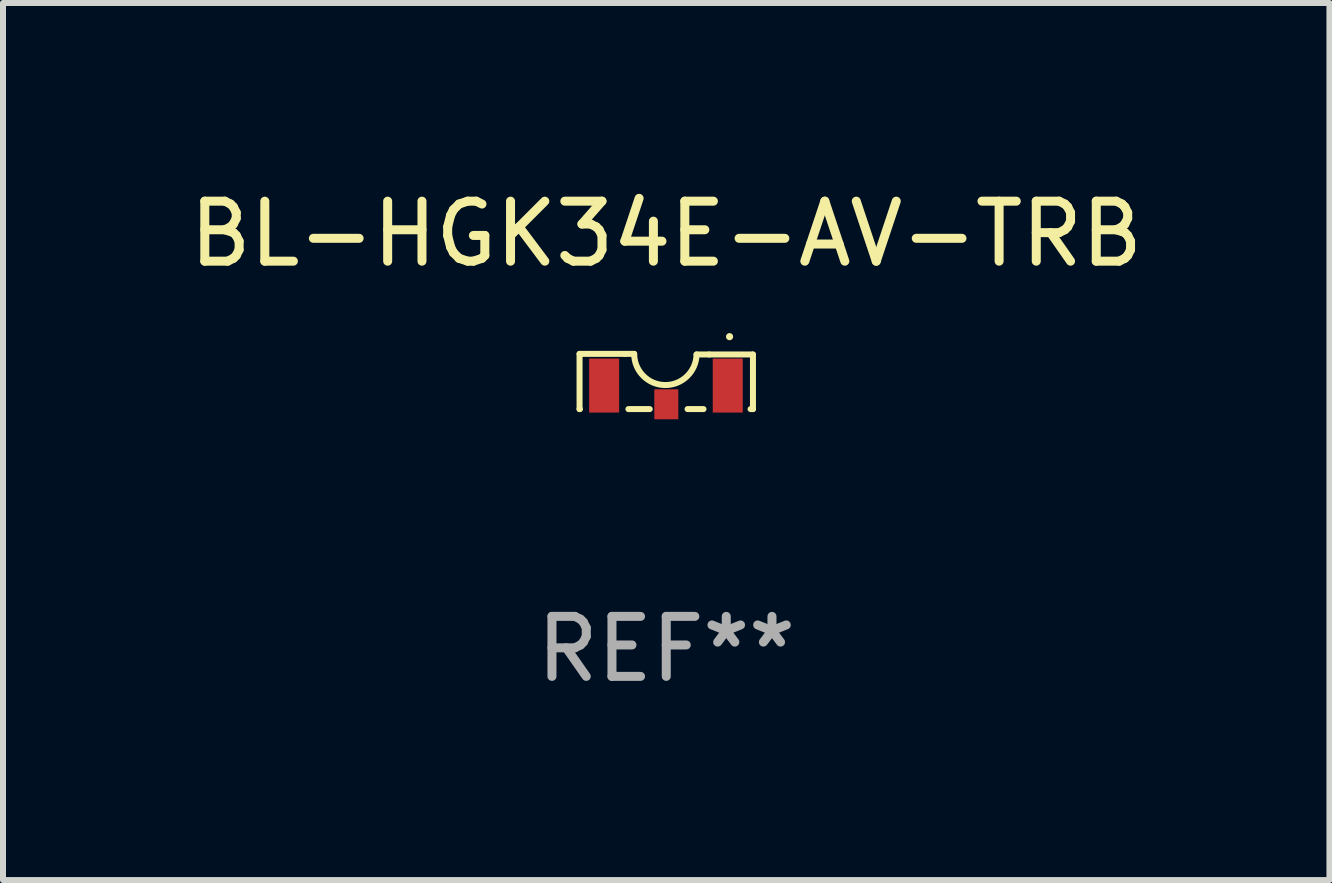
<source format=kicad_pcb>
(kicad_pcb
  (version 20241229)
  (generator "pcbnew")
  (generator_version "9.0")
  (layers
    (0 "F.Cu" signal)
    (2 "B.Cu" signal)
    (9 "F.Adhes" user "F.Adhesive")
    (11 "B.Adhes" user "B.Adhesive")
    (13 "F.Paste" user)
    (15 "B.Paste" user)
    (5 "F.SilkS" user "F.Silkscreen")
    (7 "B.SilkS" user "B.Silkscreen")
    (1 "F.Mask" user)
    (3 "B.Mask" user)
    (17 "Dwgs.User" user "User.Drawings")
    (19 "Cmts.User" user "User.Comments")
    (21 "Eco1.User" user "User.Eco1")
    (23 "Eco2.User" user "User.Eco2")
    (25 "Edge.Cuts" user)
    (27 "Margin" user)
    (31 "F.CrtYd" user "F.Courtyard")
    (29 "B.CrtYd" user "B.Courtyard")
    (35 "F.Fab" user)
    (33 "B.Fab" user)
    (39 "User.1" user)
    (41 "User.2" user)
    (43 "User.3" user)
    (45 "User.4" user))
  (footprint "BL-HGK34E-AV-TRB"
    (layer "F.Cu")
    (at 8.054 3.308)
    (property "Reference" "BL-HGK34E-AV-TRB" (at 0 -2.46 0) (layer "F.SilkS") (effects (font (size 1 1) (thickness 0.15))))
    (attr through_hole)
    (fp_line (start -1.445 -0.46) (end -0.685 -0.46) (stroke (width 0.1) (type solid)) (layer "F.SilkS"))
    (fp_line (start -1.445 0.46) (end -1.445 -0.46) (stroke (width 0.1) (type solid)) (layer "F.SilkS"))
    (fp_line (start -1.439 0.46) (end -1.445 0.46) (stroke (width 0.1) (type solid)) (layer "F.SilkS"))
    (fp_line (start -0.685 -0.46) (end -0.535 -0.46) (stroke (width 0.1) (type solid)) (layer "F.SilkS"))
    (fp_line (start -0.275 0.46) (end -0.631 0.46) (stroke (width 0.1) (type solid)) (layer "F.SilkS"))
    (fp_line (start 0.355 0.46) (end 0.621 0.46) (stroke (width 0.1) (type solid)) (layer "F.SilkS"))
    (fp_line (start 0.715 -0.45) (end 0.505 -0.45) (stroke (width 0.1) (type solid)) (layer "F.SilkS"))
    (fp_line (start 1.405 0.46) (end 1.445 0.46) (stroke (width 0.1) (type solid)) (layer "F.SilkS"))
    (fp_line (start 1.445 -0.45) (end 0.715 -0.45) (stroke (width 0.1) (type solid)) (layer "F.SilkS"))
    (fp_line (start 1.445 0.46) (end 1.445 -0.45) (stroke (width 0.1) (type solid)) (layer "F.SilkS"))
    (fp_arc (start 0.505004 -0.45) (mid -0.019723 0.059347) (end -0.534264 -0.460287) (stroke (width 0.1) (type solid)) (layer "F.SilkS"))
    (fp_circle (center 1.055 -0.747) (end 1.085 -0.747) (stroke (width 0.06) (type solid)) (fill no) (layer "F.SilkS"))
    (fp_text user "REF**" (at 0 4.46 0) (layer "F.Fab") (effects (font (size 1 1) (thickness 0.15))))
    (pad "1" smd rect (at 1.025 0.068 180) (size 0.5 0.9) (layers "F.Cu" "F.Mask" "F.Paste"))
    (pad "2" smd rect (at -1.035 0.068 180) (size 0.5 0.9) (layers "F.Cu" "F.Mask" "F.Paste"))
    (pad "3" smd rect (at 0.001 0.38 270) (size 0.5 0.4) (layers "F.Cu" "F.Mask" "F.Paste")))
  (gr_rect
    (start -3 -3)
    (end 19.107 11.617)
    (stroke (width 0.1) (type default))
    (fill no)
    (layer "Edge.Cuts")))
</source>
